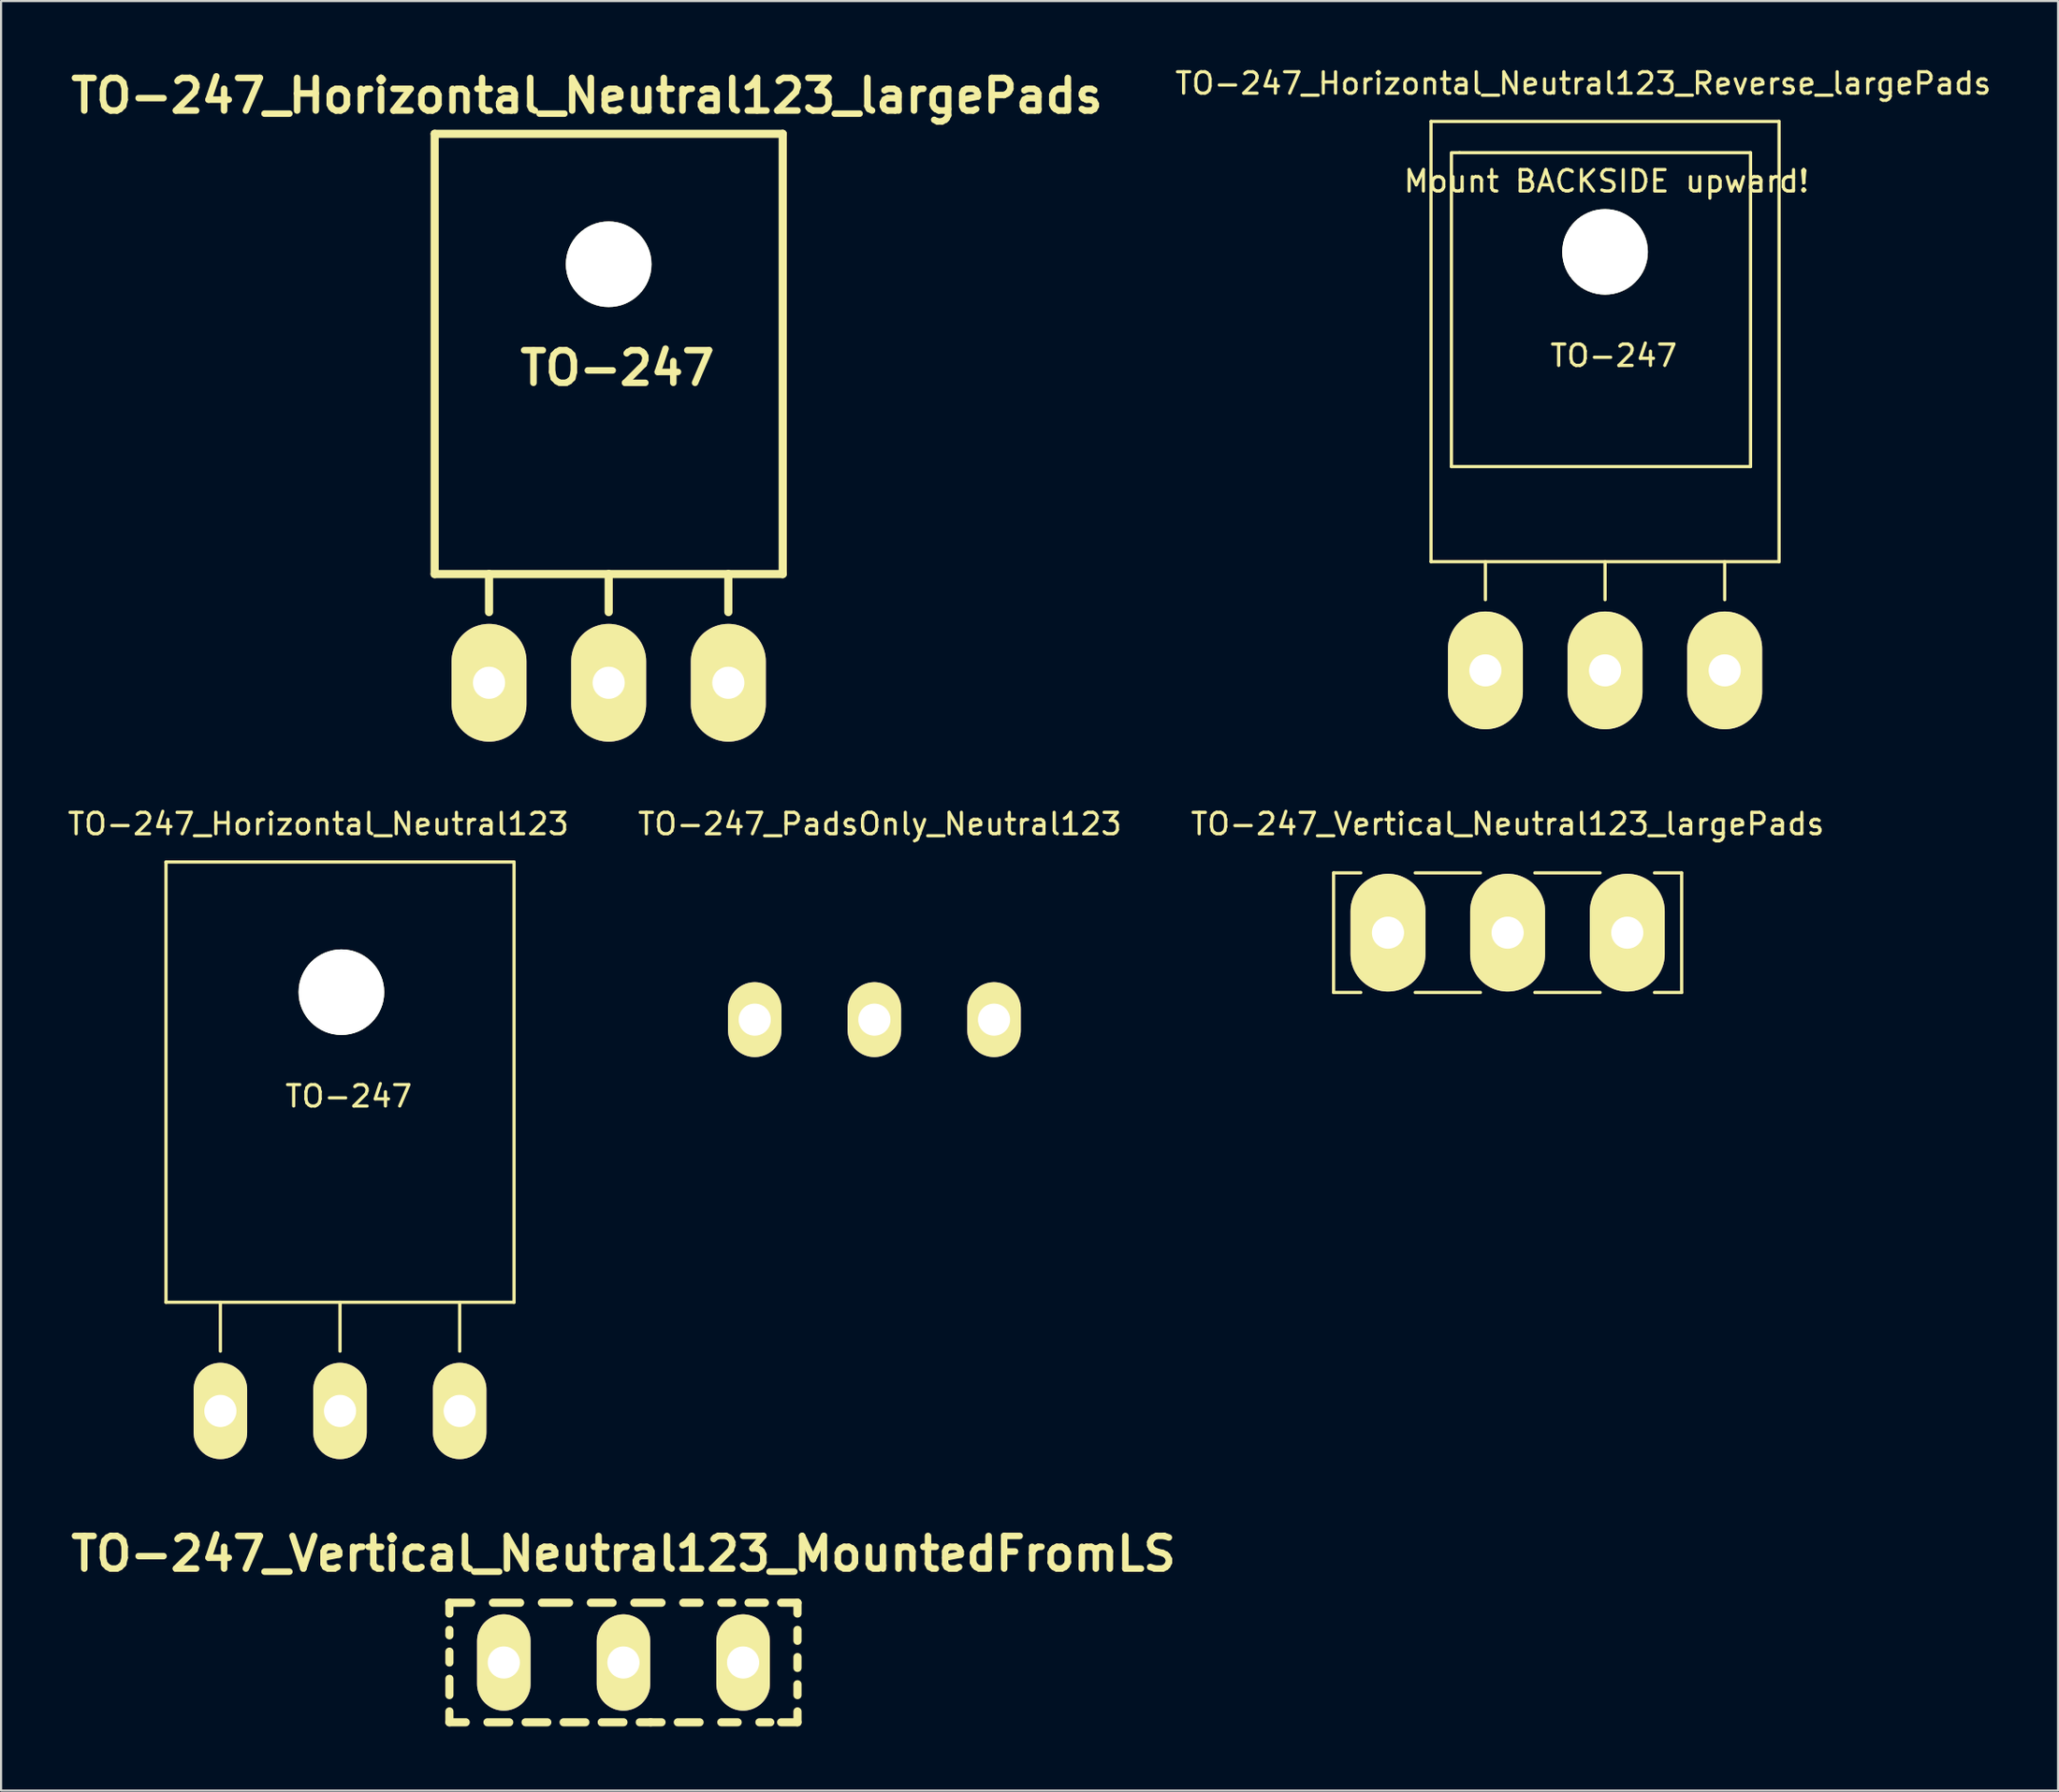
<source format=kicad_pcb>
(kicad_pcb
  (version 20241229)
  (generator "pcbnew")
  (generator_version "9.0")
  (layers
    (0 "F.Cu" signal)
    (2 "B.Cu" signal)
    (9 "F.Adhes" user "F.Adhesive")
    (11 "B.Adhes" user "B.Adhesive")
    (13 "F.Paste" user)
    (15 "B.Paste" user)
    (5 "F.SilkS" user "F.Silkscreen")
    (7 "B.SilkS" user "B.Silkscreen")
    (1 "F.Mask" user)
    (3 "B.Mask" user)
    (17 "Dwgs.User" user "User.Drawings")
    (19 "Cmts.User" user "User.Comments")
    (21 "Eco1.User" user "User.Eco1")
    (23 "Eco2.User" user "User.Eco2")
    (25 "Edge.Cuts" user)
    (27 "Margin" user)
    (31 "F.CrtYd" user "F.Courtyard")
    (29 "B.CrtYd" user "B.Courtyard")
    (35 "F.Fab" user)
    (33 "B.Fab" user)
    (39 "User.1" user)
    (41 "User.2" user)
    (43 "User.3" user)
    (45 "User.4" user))
  (footprint "TO-247_Horizontal_Neutral123_Reverse_largePads"
    (layer "F.Cu")
    (at 71.913 28.28)
    (property "Reference" "TO-247_Horizontal_Neutral123_Reverse_largePads" (at -1.016 -27.432 0) (layer "F.SilkS") (effects (font (size 1 1) (thickness 0.15))))
    (attr through_hole)
    (fp_line (start -8.128 -25.654) (end -8.128 -5.08) (stroke (width 0.15) (type solid)) (layer "F.SilkS"))
    (fp_line (start -8.128 -5.08) (end 8.128 -5.08) (stroke (width 0.15) (type solid)) (layer "F.SilkS"))
    (fp_line (start -7.176 -9.525) (end -7.176 -24.13) (stroke (width 0.15) (type solid)) (layer "F.SilkS"))
    (fp_line (start -6.795 -24.194) (end -7.176 -24.194) (stroke (width 0.15) (type solid)) (layer "F.SilkS"))
    (fp_line (start -6.795 -24.194) (end 6.795 -24.194) (stroke (width 0.15) (type solid)) (layer "F.SilkS"))
    (fp_line (start -5.588 -3.302) (end -5.588 -5.08) (stroke (width 0.15) (type solid)) (layer "F.SilkS"))
    (fp_line (start 0 -5.08) (end 0 -3.302) (stroke (width 0.15) (type solid)) (layer "F.SilkS"))
    (fp_line (start 5.588 -5.08) (end 5.588 -3.302) (stroke (width 0.15) (type solid)) (layer "F.SilkS"))
    (fp_line (start 6.795 -24.194) (end 6.795 -9.525) (stroke (width 0.15) (type solid)) (layer "F.SilkS"))
    (fp_line (start 6.795 -9.525) (end -7.176 -9.525) (stroke (width 0.15) (type solid)) (layer "F.SilkS"))
    (fp_line (start 8.128 -25.654) (end -8.128 -25.654) (stroke (width 0.15) (type solid)) (layer "F.SilkS"))
    (fp_line (start 8.128 -25.654) (end 8.128 -5.08) (stroke (width 0.15) (type solid)) (layer "F.SilkS"))
    (fp_circle (center 0 -19.558) (end 1.778 -19.558) (stroke (width 0.15) (type solid)) (fill no) (layer "F.SilkS"))
    (fp_text user "Mount BACKSIDE upward!" (at 0.064 -22.86 0) (layer "F.SilkS") (effects (font (size 1 1) (thickness 0.15))))
    (fp_text user "TO-247" (at 0.406 -14.707 0) (layer "F.SilkS") (effects (font (size 1 1) (thickness 0.15))))
    (pad "" np_thru_hole circle (at 0 -19.558) (size 4 4) (drill 4) (layers "*.Cu" "*.Mask" "F.SilkS"))
    (pad "1" thru_hole oval (at 5.588 0 90) (size 5.502 3.5) (drill 1.501) (layers "*.Cu" "*.Mask" "F.SilkS"))
    (pad "2" thru_hole oval (at 0 0 90) (size 5.502 3.498) (drill 1.501) (layers "*.Cu" "*.Mask" "F.SilkS"))
    (pad "3" thru_hole oval (at -5.588 0 90) (size 5.502 3.5) (drill 1.501) (layers "*.Cu" "*.Mask" "F.SilkS")))
  (footprint "TO-247_Horizontal_Neutral123_largePads"
    (layer "F.Cu")
    (at 25.378 28.858)
    (property "Reference" "TO-247_Horizontal_Neutral123_largePads" (at -1.016 -27.432 0) (layer "F.SilkS") (effects (font (size 1.524 1.524) (thickness 0.305))))
    (attr through_hole)
    (fp_line (start -8.128 -25.654) (end 8.128 -25.654) (stroke (width 0.381) (type solid)) (layer "F.SilkS"))
    (fp_line (start -8.128 -5.08) (end -8.128 -25.654) (stroke (width 0.381) (type solid)) (layer "F.SilkS"))
    (fp_line (start -5.588 -3.302) (end -5.588 -5.08) (stroke (width 0.381) (type solid)) (layer "F.SilkS"))
    (fp_line (start 0 -3.302) (end 0 -5.08) (stroke (width 0.381) (type solid)) (layer "F.SilkS"))
    (fp_line (start 5.588 -3.302) (end 5.588 -5.08) (stroke (width 0.381) (type solid)) (layer "F.SilkS"))
    (fp_line (start 8.128 -25.654) (end 8.128 -5.08) (stroke (width 0.381) (type solid)) (layer "F.SilkS"))
    (fp_line (start 8.128 -5.08) (end -8.128 -5.08) (stroke (width 0.381) (type solid)) (layer "F.SilkS"))
    (fp_circle (center 0 -19.558) (end 1.778 -19.558) (stroke (width 0.381) (type solid)) (fill no) (layer "F.SilkS"))
    (fp_text user "TO-247" (at 0.406 -14.707 0) (layer "F.SilkS") (effects (font (size 1.524 1.524) (thickness 0.305))))
    (pad "" np_thru_hole circle (at 0 -19.558) (size 4 4) (drill 4) (layers "*.Cu" "*.Mask" "F.SilkS"))
    (pad "1" thru_hole oval (at -5.588 0 90) (size 5.502 3.5) (drill 1.501) (layers "*.Cu" "*.Mask" "F.SilkS"))
    (pad "2" thru_hole oval (at 0 0 90) (size 5.502 3.5) (drill 1.501) (layers "*.Cu" "*.Mask" "F.SilkS"))
    (pad "3" thru_hole oval (at 5.588 0 90) (size 5.502 3.5) (drill 1.501) (layers "*.Cu" "*.Mask" "F.SilkS")))
  (footprint "TO-247_Horizontal_Neutral123"
    (layer "F.Cu")
    (at 12.831 62.89)
    (property "Reference" "TO-247_Horizontal_Neutral123" (at -1.016 -27.432 0) (layer "F.SilkS") (effects (font (size 1 1) (thickness 0.15))))
    (attr through_hole)
    (fp_line (start -8.128 -25.654) (end 8.128 -25.654) (stroke (width 0.15) (type solid)) (layer "F.SilkS"))
    (fp_line (start -8.128 -5.08) (end -8.128 -25.654) (stroke (width 0.15) (type solid)) (layer "F.SilkS"))
    (fp_line (start -5.588 -2.794) (end -5.588 -5.08) (stroke (width 0.15) (type solid)) (layer "F.SilkS"))
    (fp_line (start 0 -2.794) (end 0 -5.08) (stroke (width 0.15) (type solid)) (layer "F.SilkS"))
    (fp_line (start 5.588 -2.794) (end 5.588 -5.08) (stroke (width 0.15) (type solid)) (layer "F.SilkS"))
    (fp_line (start 8.128 -25.654) (end 8.128 -5.08) (stroke (width 0.15) (type solid)) (layer "F.SilkS"))
    (fp_line (start 8.128 -5.08) (end -8.128 -5.08) (stroke (width 0.15) (type solid)) (layer "F.SilkS"))
    (fp_circle (center 0 -19.558) (end 1.778 -19.558) (stroke (width 0.15) (type solid)) (fill no) (layer "F.SilkS"))
    (fp_text user "TO-247" (at 0.406 -14.707 0) (layer "F.SilkS") (effects (font (size 1 1) (thickness 0.15))))
    (pad "" np_thru_hole circle (at 0.064 -19.571) (size 4 4) (drill 4) (layers "*.Cu" "*.Mask" "F.SilkS"))
    (pad "1" thru_hole oval (at -5.588 0 90) (size 4.501 2.499) (drill 1.501) (layers "*.Cu" "*.Mask" "F.SilkS"))
    (pad "2" thru_hole oval (at 0 0 90) (size 4.501 2.499) (drill 1.501) (layers "*.Cu" "*.Mask" "F.SilkS"))
    (pad "3" thru_hole oval (at 5.588 0 90) (size 4.501 2.499) (drill 1.501) (layers "*.Cu" "*.Mask" "F.SilkS")))
  (footprint "TO-247_PadsOnly_Neutral123"
    (layer "F.Cu")
    (at 37.788 44.602)
    (property "Reference" "TO-247_PadsOnly_Neutral123" (at 0.254 -9.144 0) (layer "F.SilkS") (effects (font (size 1 1) (thickness 0.15))))
    (attr through_hole)
    (pad "1" thru_hole oval (at -5.588 0 90) (size 3.5 2.499) (drill 1.501) (layers "*.Cu" "*.Mask" "F.SilkS"))
    (pad "2" thru_hole oval (at 0 0 90) (size 3.5 2.499) (drill 1.501) (layers "*.Cu" "*.Mask" "F.SilkS"))
    (pad "3" thru_hole oval (at 5.588 0 90) (size 3.5 2.499) (drill 1.501) (layers "*.Cu" "*.Mask" "F.SilkS")))
  (footprint "TO-247_Vertical_Neutral123_largePads"
    (layer "F.Cu")
    (at 67.363 40.538)
    (property "Reference" "TO-247_Vertical_Neutral123_largePads" (at 0 -5.08 0) (layer "F.SilkS") (effects (font (size 1 1) (thickness 0.15))))
    (attr through_hole)
    (fp_line (start -8.128 -2.794) (end -8.128 2.794) (stroke (width 0.15) (type solid)) (layer "F.SilkS"))
    (fp_line (start -6.858 -2.794) (end -8.128 -2.794) (stroke (width 0.15) (type solid)) (layer "F.SilkS"))
    (fp_line (start -6.858 2.794) (end -8.128 2.794) (stroke (width 0.15) (type solid)) (layer "F.SilkS"))
    (fp_line (start -4.318 -2.794) (end -1.27 -2.794) (stroke (width 0.15) (type solid)) (layer "F.SilkS"))
    (fp_line (start -4.318 2.794) (end -1.27 2.794) (stroke (width 0.15) (type solid)) (layer "F.SilkS"))
    (fp_line (start 1.27 -2.794) (end 4.318 -2.794) (stroke (width 0.15) (type solid)) (layer "F.SilkS"))
    (fp_line (start 1.27 2.794) (end 4.318 2.794) (stroke (width 0.15) (type solid)) (layer "F.SilkS"))
    (fp_line (start 6.858 -2.794) (end 8.128 -2.794) (stroke (width 0.15) (type solid)) (layer "F.SilkS"))
    (fp_line (start 6.858 2.794) (end 8.128 2.794) (stroke (width 0.15) (type solid)) (layer "F.SilkS"))
    (fp_line (start 8.128 2.794) (end 8.128 -2.794) (stroke (width 0.15) (type solid)) (layer "F.SilkS"))
    (pad "1" thru_hole oval (at -5.588 0 90) (size 5.502 3.5) (drill 1.501) (layers "*.Cu" "*.Mask" "F.SilkS"))
    (pad "2" thru_hole oval (at 0 0 90) (size 5.502 3.5) (drill 1.501) (layers "*.Cu" "*.Mask" "F.SilkS"))
    (pad "3" thru_hole oval (at 5.588 0 90) (size 5.502 3.5) (drill 1.501) (layers "*.Cu" "*.Mask" "F.SilkS")))
  (footprint "TO-247_Vertical_Neutral123_MountedFromLS"
    (layer "F.Cu")
    (at 26.068 74.646)
    (property "Reference" "TO-247_Vertical_Neutral123_MountedFromLS" (at 0 -5.08 0) (layer "F.SilkS") (effects (font (size 1.524 1.524) (thickness 0.305))))
    (attr through_hole)
    (fp_line (start -8.128 -2.794) (end -8.128 -2.286) (stroke (width 0.381) (type solid)) (layer "F.SilkS"))
    (fp_line (start -8.128 -2.794) (end -7.112 -2.794) (stroke (width 0.381) (type solid)) (layer "F.SilkS"))
    (fp_line (start -8.128 -1.27) (end -8.128 -1.524) (stroke (width 0.381) (type solid)) (layer "F.SilkS"))
    (fp_line (start -8.128 0) (end -8.128 -0.508) (stroke (width 0.381) (type solid)) (layer "F.SilkS"))
    (fp_line (start -8.128 1.524) (end -8.128 0.762) (stroke (width 0.381) (type solid)) (layer "F.SilkS"))
    (fp_line (start -8.128 2.794) (end -8.128 2.286) (stroke (width 0.381) (type solid)) (layer "F.SilkS"))
    (fp_line (start -8.128 2.794) (end -7.366 2.794) (stroke (width 0.381) (type solid)) (layer "F.SilkS"))
    (fp_line (start -6.35 2.794) (end -5.334 2.794) (stroke (width 0.381) (type solid)) (layer "F.SilkS"))
    (fp_line (start -6.096 -2.794) (end -4.826 -2.794) (stroke (width 0.381) (type solid)) (layer "F.SilkS"))
    (fp_line (start -4.572 2.794) (end -3.556 2.794) (stroke (width 0.381) (type solid)) (layer "F.SilkS"))
    (fp_line (start -3.81 -2.794) (end -2.54 -2.794) (stroke (width 0.381) (type solid)) (layer "F.SilkS"))
    (fp_line (start -2.794 2.794) (end -1.778 2.794) (stroke (width 0.381) (type solid)) (layer "F.SilkS"))
    (fp_line (start -1.524 -2.794) (end -0.508 -2.794) (stroke (width 0.381) (type solid)) (layer "F.SilkS"))
    (fp_line (start -1.016 2.794) (end 0 2.794) (stroke (width 0.381) (type solid)) (layer "F.SilkS"))
    (fp_line (start 0.508 -2.794) (end 1.778 -2.794) (stroke (width 0.381) (type solid)) (layer "F.SilkS"))
    (fp_line (start 1.27 2.794) (end 0.762 2.794) (stroke (width 0.381) (type solid)) (layer "F.SilkS"))
    (fp_line (start 1.27 2.794) (end 1.778 2.794) (stroke (width 0.381) (type solid)) (layer "F.SilkS"))
    (fp_line (start 2.54 2.794) (end 3.556 2.794) (stroke (width 0.381) (type solid)) (layer "F.SilkS"))
    (fp_line (start 2.794 -2.794) (end 3.556 -2.794) (stroke (width 0.381) (type solid)) (layer "F.SilkS"))
    (fp_line (start 4.572 2.794) (end 5.334 2.794) (stroke (width 0.381) (type solid)) (layer "F.SilkS"))
    (fp_line (start 5.08 -2.794) (end 4.572 -2.794) (stroke (width 0.381) (type solid)) (layer "F.SilkS"))
    (fp_line (start 6.35 2.794) (end 6.858 2.794) (stroke (width 0.381) (type solid)) (layer "F.SilkS"))
    (fp_line (start 6.604 -2.794) (end 5.842 -2.794) (stroke (width 0.381) (type solid)) (layer "F.SilkS"))
    (fp_line (start 7.366 2.794) (end 8.128 2.794) (stroke (width 0.381) (type solid)) (layer "F.SilkS"))
    (fp_line (start 8.128 -2.794) (end 7.366 -2.794) (stroke (width 0.381) (type solid)) (layer "F.SilkS"))
    (fp_line (start 8.128 -2.794) (end 8.128 -2.286) (stroke (width 0.381) (type solid)) (layer "F.SilkS"))
    (fp_line (start 8.128 -1.524) (end 8.128 -1.016) (stroke (width 0.381) (type solid)) (layer "F.SilkS"))
    (fp_line (start 8.128 -0.254) (end 8.128 0.254) (stroke (width 0.381) (type solid)) (layer "F.SilkS"))
    (fp_line (start 8.128 1.016) (end 8.128 1.524) (stroke (width 0.381) (type solid)) (layer "F.SilkS"))
    (fp_line (start 8.128 2.794) (end 8.128 2.286) (stroke (width 0.381) (type solid)) (layer "F.SilkS"))
    (pad "1" thru_hole oval (at 5.588 0 90) (size 4.501 2.499) (drill 1.501) (layers "*.Cu" "*.Mask" "F.SilkS"))
    (pad "2" thru_hole oval (at 0 0 90) (size 4.501 2.499) (drill 1.501) (layers "*.Cu" "*.Mask" "F.SilkS"))
    (pad "3" thru_hole oval (at -5.588 0 90) (size 4.501 2.499) (drill 1.501) (layers "*.Cu" "*.Mask" "F.SilkS")))
  (gr_rect
    (start -3 -3)
    (end 93.07 80.631)
    (stroke (width 0.1) (type default))
    (fill no)
    (layer "Edge.Cuts")))
</source>
